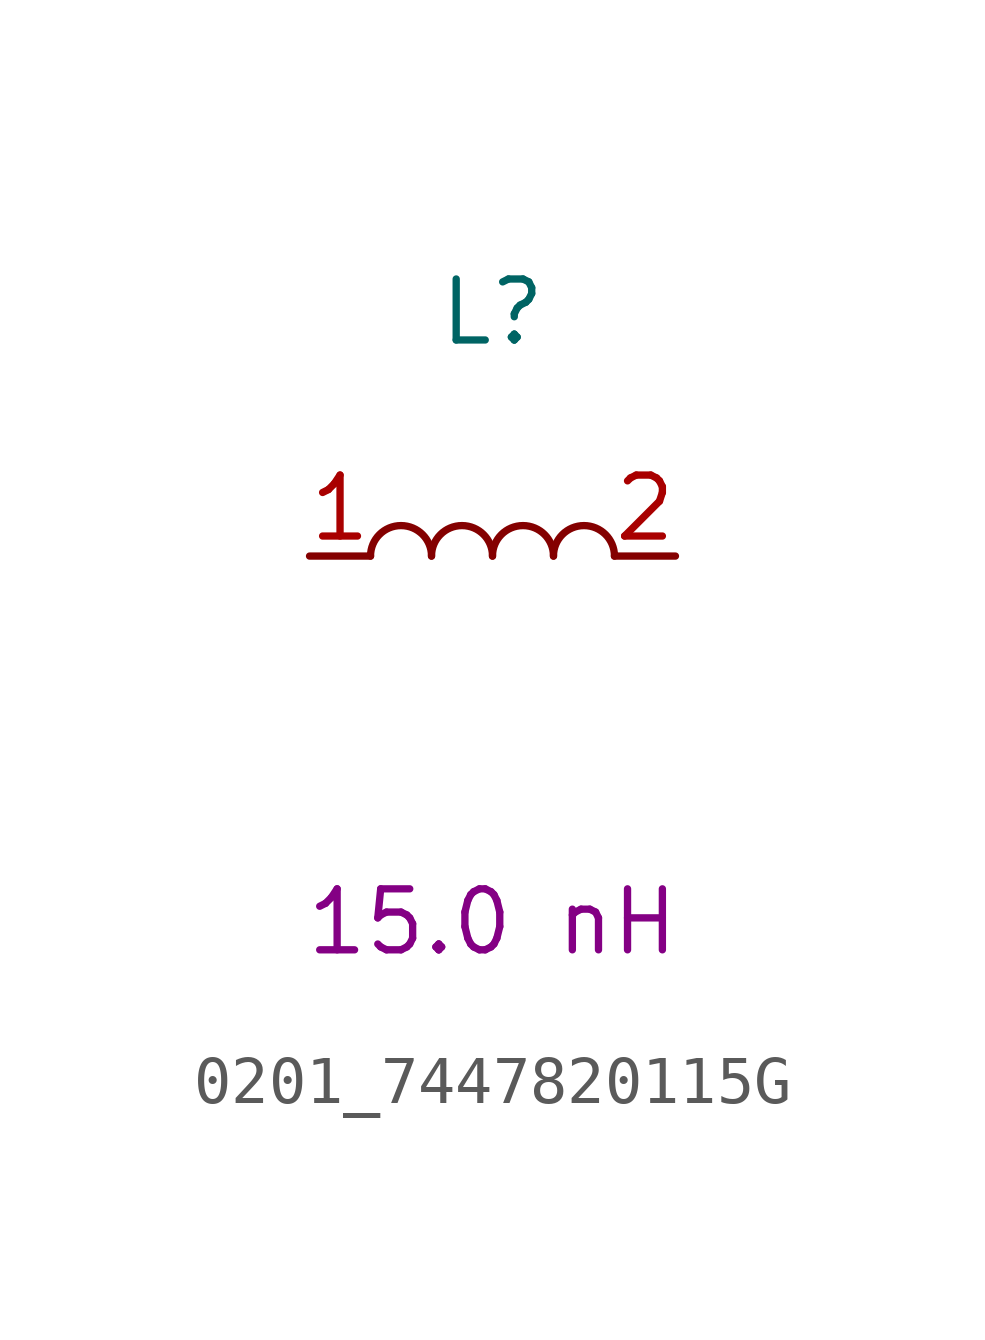
<source format=kicad_sym>
(kicad_symbol_lib
  (version 20220914)
  (generator kicad_symbol_editor)
  (symbol "0201_7447820115G"
    (pin_names hide)
    (property "Reference" "L"
      (at 0 5.08 0)
      (effects (font (size 1.27 1.27))))
    (property "Critical Parameter" "15.0 nH"
      (at 0 -7.62 0)
      (effects (font (size 1.27 1.27))))
    (symbol "0201_7447820115G_0_1"
      (arc (start -1.27 0) (mid -1.905 0.6323) (end -2.54 0) (stroke (width 0) (type default)) (fill (type none)))
      (arc (start 0 0) (mid -0.635 0.6323) (end -1.27 0) (stroke (width 0) (type default)) (fill (type none)))
      (arc (start 1.27 0) (mid 0.635 0.6323) (end 0 0) (stroke (width 0) (type default)) (fill (type none)))
      (arc (start 2.54 0) (mid 1.905 0.6323) (end 1.27 0) (stroke (width 0) (type default)) (fill (type none))))
    (symbol "0201_7447820115G_1_1"
      (pin passive line (at -3.81 0 0) (length 1.27) (name "1" (effects (font (size 1.27 1.27)))) (number "1" (effects (font (size 1.27 1.27)))))
      (pin passive line (at 3.81 0 180) (length 1.27) (name "2" (effects (font (size 1.27 1.27)))) (number "2" (effects (font (size 1.27 1.27))))))))
</source>
